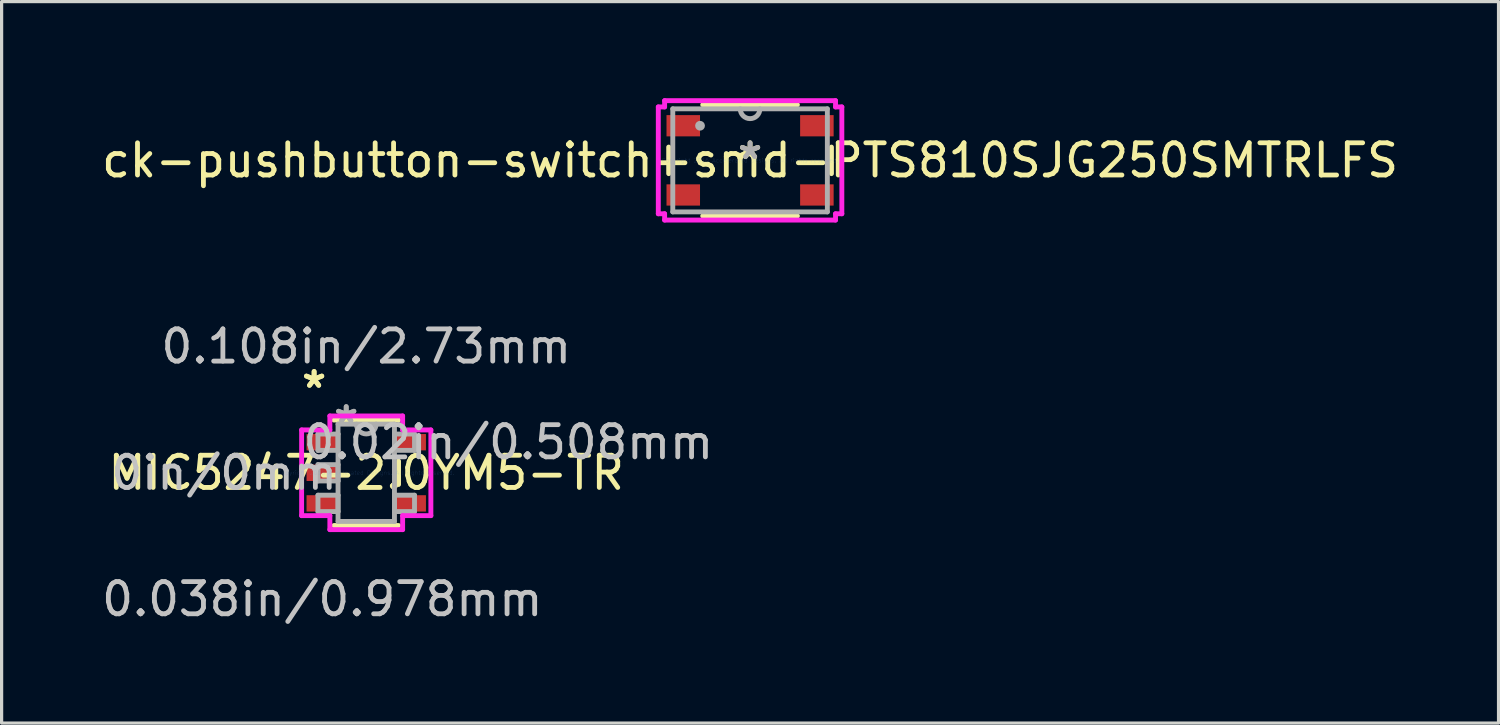
<source format=kicad_pcb>
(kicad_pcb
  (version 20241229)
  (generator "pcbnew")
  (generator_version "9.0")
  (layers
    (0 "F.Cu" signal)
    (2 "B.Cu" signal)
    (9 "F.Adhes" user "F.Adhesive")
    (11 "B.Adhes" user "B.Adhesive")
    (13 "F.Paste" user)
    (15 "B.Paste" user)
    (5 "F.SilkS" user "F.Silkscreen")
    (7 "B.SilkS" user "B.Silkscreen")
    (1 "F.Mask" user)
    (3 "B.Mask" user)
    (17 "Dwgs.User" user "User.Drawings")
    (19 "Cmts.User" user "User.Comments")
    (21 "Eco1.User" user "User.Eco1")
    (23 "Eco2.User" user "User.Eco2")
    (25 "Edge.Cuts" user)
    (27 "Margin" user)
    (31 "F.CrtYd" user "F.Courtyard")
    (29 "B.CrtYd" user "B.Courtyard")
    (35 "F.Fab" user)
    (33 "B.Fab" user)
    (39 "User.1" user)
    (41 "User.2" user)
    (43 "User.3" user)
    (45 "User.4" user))
  (footprint "MIC5247-2.0YM5-TR"
    (layer "F.Cu")
    (at 8.324 11.633)
    (property "Reference" "MIC5247-2.0YM5-TR" (at 0 0 0) (layer "F.SilkS") (effects (font (size 1 1) (thickness 0.15))))
    (attr through_hole)
    (fp_line (start -1.003 1.638) (end 1.003 1.638) (stroke (width 0.152) (type solid)) (layer "F.SilkS"))
    (fp_line (start 1.003 -1.638) (end -1.003 -1.638) (stroke (width 0.152) (type solid)) (layer "F.SilkS"))
    (fp_line (start 1.003 0.363) (end 1.003 -0.363) (stroke (width 0.152) (type solid)) (layer "F.SilkS"))
    (fp_line (start -2.007 -1.331) (end -1.13 -1.331) (stroke (width 0.152) (type solid)) (layer "F.CrtYd"))
    (fp_line (start -2.007 1.331) (end -2.007 -1.331) (stroke (width 0.152) (type solid)) (layer "F.CrtYd"))
    (fp_line (start -1.13 -1.765) (end 1.13 -1.765) (stroke (width 0.152) (type solid)) (layer "F.CrtYd"))
    (fp_line (start -1.13 -1.331) (end -1.13 -1.765) (stroke (width 0.152) (type solid)) (layer "F.CrtYd"))
    (fp_line (start -1.13 1.331) (end -2.007 1.331) (stroke (width 0.152) (type solid)) (layer "F.CrtYd"))
    (fp_line (start -1.13 1.765) (end -1.13 1.331) (stroke (width 0.152) (type solid)) (layer "F.CrtYd"))
    (fp_line (start 1.13 -1.765) (end 1.13 -1.331) (stroke (width 0.152) (type solid)) (layer "F.CrtYd"))
    (fp_line (start 1.13 -1.331) (end 2.007 -1.331) (stroke (width 0.152) (type solid)) (layer "F.CrtYd"))
    (fp_line (start 1.13 1.331) (end 1.13 1.765) (stroke (width 0.152) (type solid)) (layer "F.CrtYd"))
    (fp_line (start 1.13 1.765) (end -1.13 1.765) (stroke (width 0.152) (type solid)) (layer "F.CrtYd"))
    (fp_line (start 2.007 -1.331) (end 2.007 1.331) (stroke (width 0.152) (type solid)) (layer "F.CrtYd"))
    (fp_line (start 2.007 1.331) (end 1.13 1.331) (stroke (width 0.152) (type solid)) (layer "F.CrtYd"))
    (fp_line (start -1.499 -1.204) (end -1.499 -0.696) (stroke (width 0.152) (type solid)) (layer "F.Fab"))
    (fp_line (start -1.499 -0.696) (end -0.876 -0.696) (stroke (width 0.152) (type solid)) (layer "F.Fab"))
    (fp_line (start -1.499 -0.254) (end -1.499 0.254) (stroke (width 0.152) (type solid)) (layer "F.Fab"))
    (fp_line (start -1.499 0.254) (end -0.876 0.254) (stroke (width 0.152) (type solid)) (layer "F.Fab"))
    (fp_line (start -1.499 0.696) (end -1.499 1.204) (stroke (width 0.152) (type solid)) (layer "F.Fab"))
    (fp_line (start -1.499 1.204) (end -0.876 1.204) (stroke (width 0.152) (type solid)) (layer "F.Fab"))
    (fp_line (start -0.876 -1.511) (end -0.876 1.511) (stroke (width 0.152) (type solid)) (layer "F.Fab"))
    (fp_line (start -0.876 -1.204) (end -1.499 -1.204) (stroke (width 0.152) (type solid)) (layer "F.Fab"))
    (fp_line (start -0.876 -0.696) (end -0.876 -1.204) (stroke (width 0.152) (type solid)) (layer "F.Fab"))
    (fp_line (start -0.876 -0.254) (end -1.499 -0.254) (stroke (width 0.152) (type solid)) (layer "F.Fab"))
    (fp_line (start -0.876 0.254) (end -0.876 -0.254) (stroke (width 0.152) (type solid)) (layer "F.Fab"))
    (fp_line (start -0.876 0.696) (end -1.499 0.696) (stroke (width 0.152) (type solid)) (layer "F.Fab"))
    (fp_line (start -0.876 1.204) (end -0.876 0.696) (stroke (width 0.152) (type solid)) (layer "F.Fab"))
    (fp_line (start -0.876 1.511) (end 0.876 1.511) (stroke (width 0.152) (type solid)) (layer "F.Fab"))
    (fp_line (start 0.876 -1.511) (end -0.876 -1.511) (stroke (width 0.152) (type solid)) (layer "F.Fab"))
    (fp_line (start 0.876 -1.204) (end 0.876 -0.696) (stroke (width 0.152) (type solid)) (layer "F.Fab"))
    (fp_line (start 0.876 -0.696) (end 1.499 -0.696) (stroke (width 0.152) (type solid)) (layer "F.Fab"))
    (fp_line (start 0.876 0.696) (end 0.876 1.204) (stroke (width 0.152) (type solid)) (layer "F.Fab"))
    (fp_line (start 0.876 1.204) (end 1.499 1.204) (stroke (width 0.152) (type solid)) (layer "F.Fab"))
    (fp_line (start 0.876 1.511) (end 0.876 -1.511) (stroke (width 0.152) (type solid)) (layer "F.Fab"))
    (fp_line (start 1.499 -1.204) (end 0.876 -1.204) (stroke (width 0.152) (type solid)) (layer "F.Fab"))
    (fp_line (start 1.499 -0.696) (end 1.499 -1.204) (stroke (width 0.152) (type solid)) (layer "F.Fab"))
    (fp_line (start 1.499 0.696) (end 0.876 0.696) (stroke (width 0.152) (type solid)) (layer "F.Fab"))
    (fp_line (start 1.499 1.204) (end 1.499 0.696) (stroke (width 0.152) (type solid)) (layer "F.Fab"))
    (fp_arc (start 0.3048 -1.5113) (mid 0 -1.2065) (end -0.3048 -1.5113) (stroke (width 0.1524) (type solid)) (layer "F.Fab"))
    (fp_text user "*" (at -1.619 -2.601 0) (layer "F.SilkS") (effects (font (size 1 1) (thickness 0.15))))
    (fp_text user "*" (at -1.619 -2.601 0) (layer "F.SilkS") (effects (font (size 1 1) (thickness 0.15))))
    (fp_text user "0in/0mm" (at -4.413 0 0) (layer "Dwgs.User") (effects (font (size 1 1) (thickness 0.15))))
    (fp_text user "0.038in/0.978mm" (at -1.365 3.924 0) (layer "Dwgs.User") (effects (font (size 1 1) (thickness 0.15))))
    (fp_text user "0.02in/0.508mm" (at 4.413 -0.95 0) (layer "Dwgs.User") (effects (font (size 1 1) (thickness 0.15))))
    (fp_text user "0.108in/2.73mm" (at 0 -3.924 0) (layer "Dwgs.User") (effects (font (size 1 1) (thickness 0.15))))
    (fp_text user "Copyright 2016 Accelerated Designs. All rights reserved." (at 0 0 0) (layer "Cmts.User") (effects (font (size 0.127 0.127) (thickness 0.002))))
    (fp_text user "*" (at -0.622 -1.509 0) (layer "F.Fab") (effects (font (size 1 1) (thickness 0.15))))
    (fp_text user "*" (at -0.622 -1.509 0) (layer "F.Fab") (effects (font (size 1 1) (thickness 0.15))))
    (pad "1" smd rect (at -1.365 -0.95) (size 0.978 0.508) (layers "F.Cu" "F.Mask" "F.Paste"))
    (pad "2" smd rect (at -1.365 0) (size 0.978 0.508) (layers "F.Cu" "F.Mask" "F.Paste"))
    (pad "3" smd rect (at -1.365 0.95) (size 0.978 0.508) (layers "F.Cu" "F.Mask" "F.Paste"))
    (pad "4" smd rect (at 1.365 0.95) (size 0.978 0.508) (layers "F.Cu" "F.Mask" "F.Paste"))
    (pad "5" smd rect (at 1.365 -0.95) (size 0.978 0.508) (layers "F.Cu" "F.Mask" "F.Paste")))
  (footprint "ck-pushbutton-switch-smd-PTS810SJG250SMTRLFS"
    (layer "F.Cu")
    (at 20.244 1.93)
    (property "Reference" "ck-pushbutton-switch-smd-PTS810SJG250SMTRLFS" (at 0 0 0) (layer "F.SilkS") (effects (font (size 1 1) (thickness 0.15))))
    (attr through_hole)
    (fp_line (start -2.527 -0.412) (end -2.527 0.412) (stroke (width 0.152) (type solid)) (layer "F.SilkS"))
    (fp_line (start -1.47 1.727) (end 1.47 1.727) (stroke (width 0.152) (type solid)) (layer "F.SilkS"))
    (fp_line (start 1.47 -1.727) (end -1.47 -1.727) (stroke (width 0.152) (type solid)) (layer "F.SilkS"))
    (fp_line (start 2.527 0.412) (end 2.527 -0.412) (stroke (width 0.152) (type solid)) (layer "F.SilkS"))
    (fp_line (start -2.85 -1.659) (end -2.654 -1.659) (stroke (width 0.152) (type solid)) (layer "F.CrtYd"))
    (fp_line (start -2.85 1.659) (end -2.85 -1.659) (stroke (width 0.152) (type solid)) (layer "F.CrtYd"))
    (fp_line (start -2.654 -1.854) (end 2.654 -1.854) (stroke (width 0.152) (type solid)) (layer "F.CrtYd"))
    (fp_line (start -2.654 -1.659) (end -2.654 -1.854) (stroke (width 0.152) (type solid)) (layer "F.CrtYd"))
    (fp_line (start -2.654 1.659) (end -2.85 1.659) (stroke (width 0.152) (type solid)) (layer "F.CrtYd"))
    (fp_line (start -2.654 1.854) (end -2.654 1.659) (stroke (width 0.152) (type solid)) (layer "F.CrtYd"))
    (fp_line (start 2.654 -1.854) (end 2.654 -1.659) (stroke (width 0.152) (type solid)) (layer "F.CrtYd"))
    (fp_line (start 2.654 -1.659) (end 2.85 -1.659) (stroke (width 0.152) (type solid)) (layer "F.CrtYd"))
    (fp_line (start 2.654 1.659) (end 2.654 1.854) (stroke (width 0.152) (type solid)) (layer "F.CrtYd"))
    (fp_line (start 2.654 1.854) (end -2.654 1.854) (stroke (width 0.152) (type solid)) (layer "F.CrtYd"))
    (fp_line (start 2.85 -1.659) (end 2.85 1.659) (stroke (width 0.152) (type solid)) (layer "F.CrtYd"))
    (fp_line (start 2.85 1.659) (end 2.654 1.659) (stroke (width 0.152) (type solid)) (layer "F.CrtYd"))
    (fp_line (start -2.4 -1.6) (end -2.4 1.6) (stroke (width 0.152) (type solid)) (layer "F.Fab"))
    (fp_line (start -2.4 1.6) (end 2.4 1.6) (stroke (width 0.152) (type solid)) (layer "F.Fab"))
    (fp_line (start 2.4 -1.6) (end -2.4 -1.6) (stroke (width 0.152) (type solid)) (layer "F.Fab"))
    (fp_line (start 2.4 1.6) (end 2.4 -1.6) (stroke (width 0.152) (type solid)) (layer "F.Fab"))
    (fp_arc (start 0.3048 -1.6002) (mid 0 -1.2954) (end -0.3048 -1.6002) (stroke (width 0.1524) (type solid)) (layer "F.Fab"))
    (fp_circle (center -1.554 -1.075) (end -1.554 -1.075) (stroke (width 0.152) (type solid)) (fill no) (layer "F.Fab"))
    (fp_text user "*" (at 0 0 0) (layer "F.SilkS") (effects (font (size 1 1) (thickness 0.15))))
    (fp_text user "Copyright 2016 Accelerated Designs. All rights reserved." (at 0 0 0) (layer "Cmts.User") (effects (font (size 0.127 0.127) (thickness 0.002))))
    (fp_text user "*" (at 0 0 0) (layer "F.Fab") (effects (font (size 1 1) (thickness 0.15))))
    (pad "1" smd rect (at -2.075 -1.075) (size 1.041 0.66) (layers "F.Cu" "F.Mask" "F.Paste"))
    (pad "2" smd rect (at 2.075 -1.075) (size 1.041 0.66) (layers "F.Cu" "F.Mask" "F.Paste"))
    (pad "3" smd rect (at -2.075 1.075) (size 1.041 0.66) (layers "F.Cu" "F.Mask" "F.Paste"))
    (pad "4" smd rect (at 2.075 1.075) (size 1.041 0.66) (layers "F.Cu" "F.Mask" "F.Paste")))
  (gr_rect
    (start -3 -3)
    (end 43.488 19.406)
    (stroke (width 0.1) (type default))
    (fill no)
    (layer "Edge.Cuts")))
</source>
